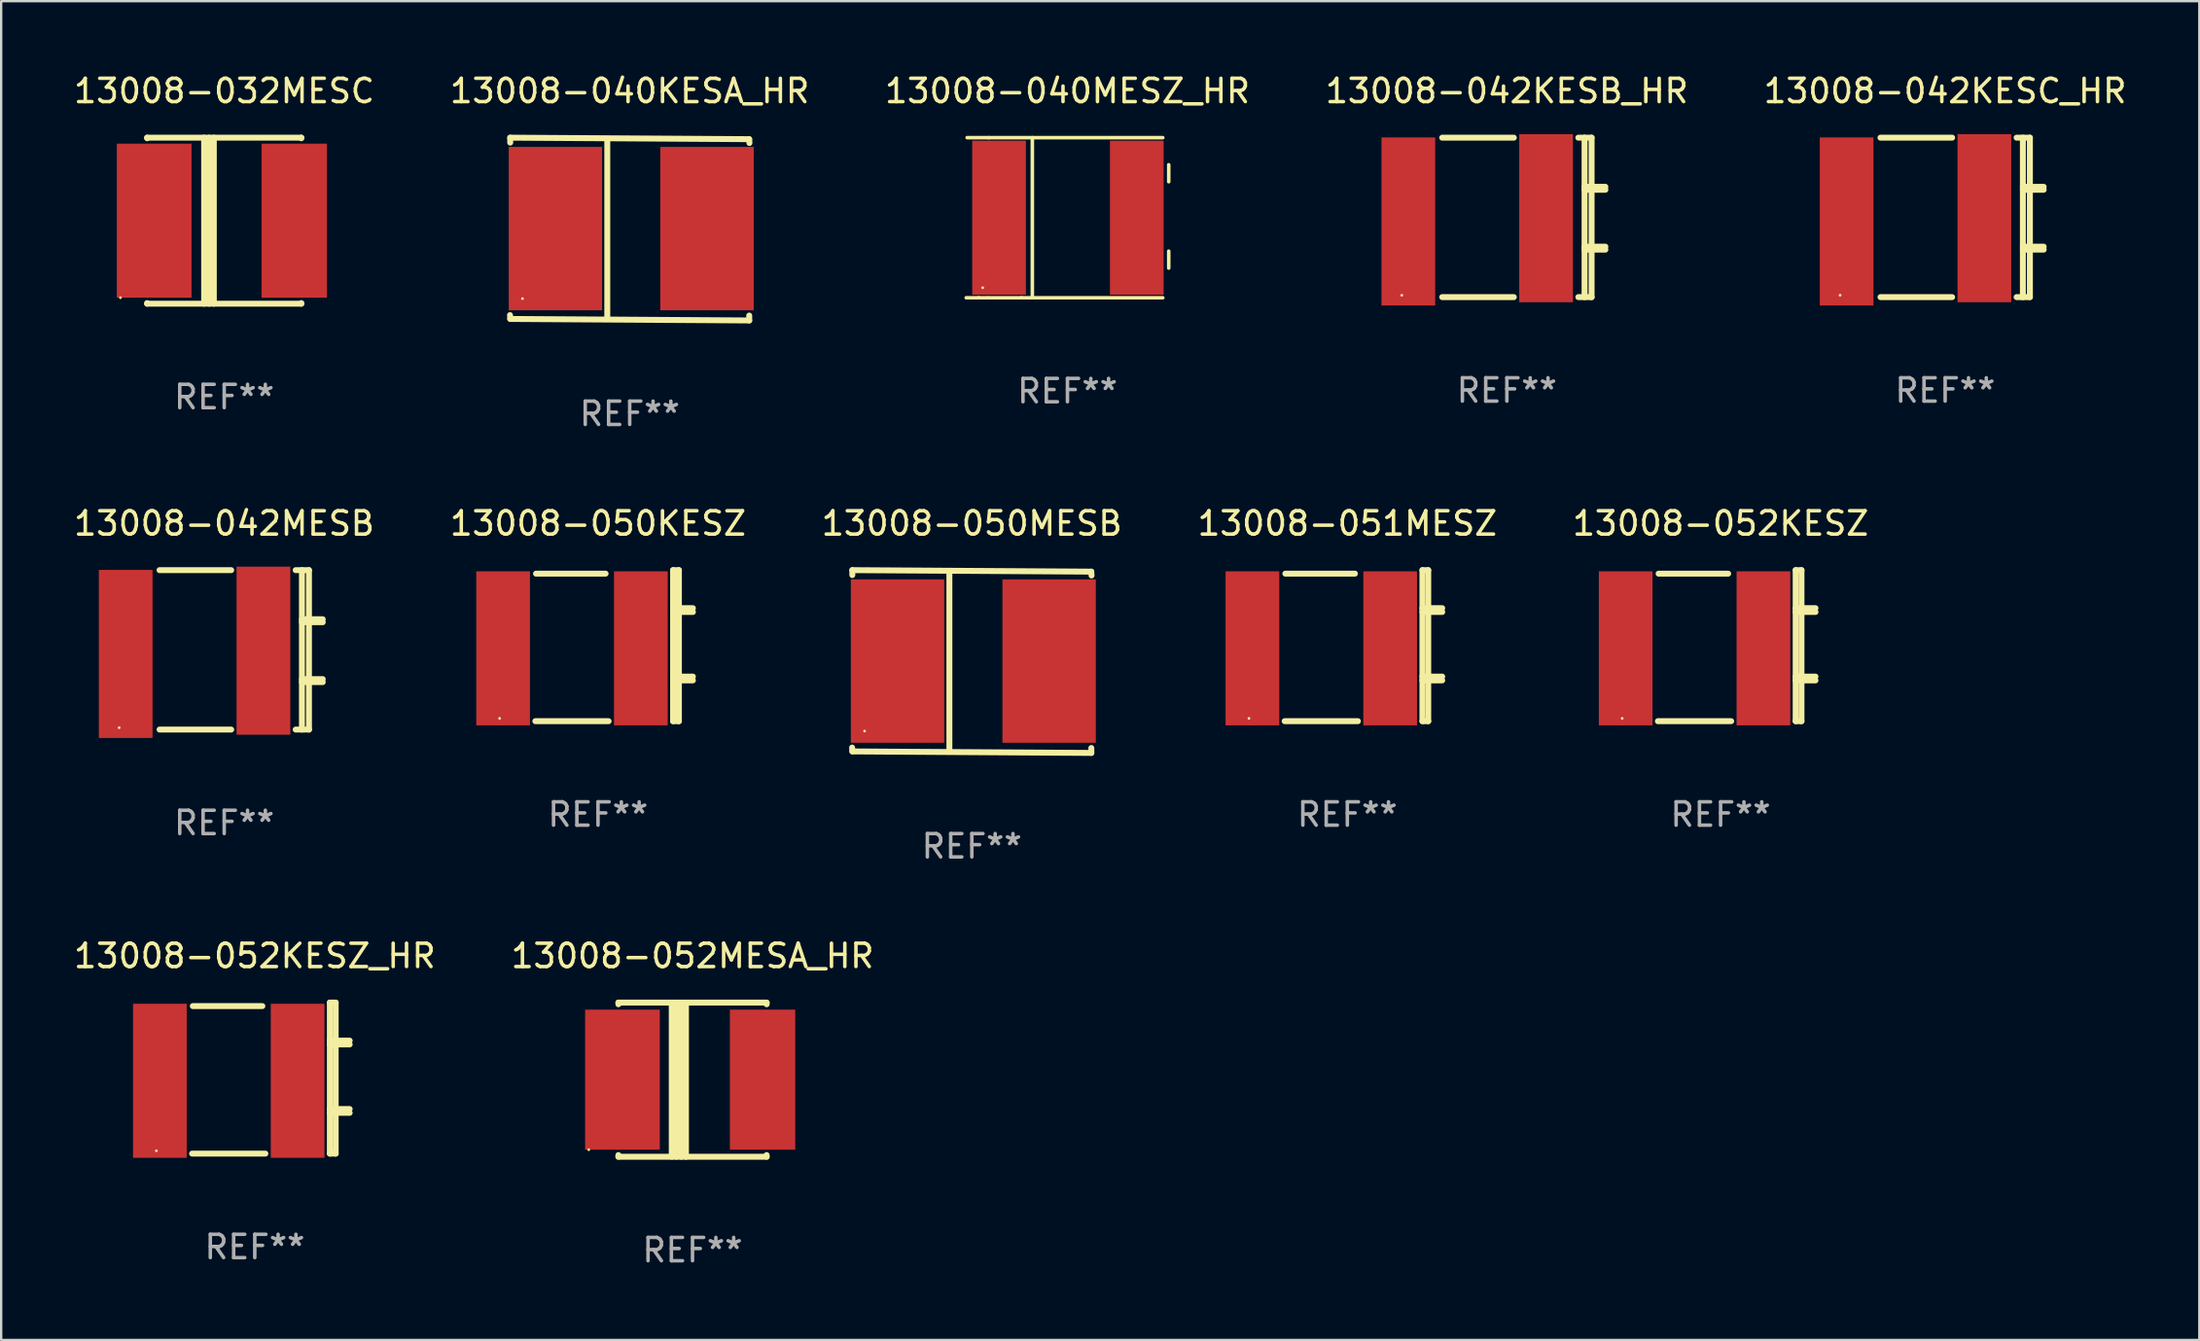
<source format=kicad_pcb>
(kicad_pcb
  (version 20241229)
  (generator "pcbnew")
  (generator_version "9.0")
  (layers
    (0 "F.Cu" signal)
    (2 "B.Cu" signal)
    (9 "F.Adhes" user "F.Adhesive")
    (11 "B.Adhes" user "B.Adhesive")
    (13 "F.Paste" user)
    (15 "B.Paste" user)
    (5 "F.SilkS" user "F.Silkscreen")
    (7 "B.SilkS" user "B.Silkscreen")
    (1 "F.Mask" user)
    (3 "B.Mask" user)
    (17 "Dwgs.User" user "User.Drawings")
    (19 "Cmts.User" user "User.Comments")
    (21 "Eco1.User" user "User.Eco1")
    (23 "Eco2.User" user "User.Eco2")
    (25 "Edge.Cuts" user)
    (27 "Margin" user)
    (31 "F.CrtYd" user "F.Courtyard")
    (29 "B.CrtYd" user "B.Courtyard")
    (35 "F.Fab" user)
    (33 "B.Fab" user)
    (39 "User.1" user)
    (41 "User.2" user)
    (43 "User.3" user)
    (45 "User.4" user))
  (footprint "13008-042KESB_HR"
    (layer "F.Cu")
    (at 61.494 6.263)
    (property "Reference" "13008-042KESB_HR" (at 0 -5.415 0) (layer "F.SilkS") (effects (font (size 1 1) (thickness 0.15))))
    (attr through_hole)
    (fp_line (start -2.77 -3.415) (end 0.299 -3.415) (stroke (width 0.254) (type solid)) (layer "F.SilkS"))
    (fp_line (start 0.299 3.415) (end -2.769 3.415) (stroke (width 0.254) (type solid)) (layer "F.SilkS"))
    (fp_line (start 3.061 -3.415) (end 3.63 -3.415) (stroke (width 0.254) (type solid)) (layer "F.SilkS"))
    (fp_line (start 3.329 -3.415) (end 3.329 3.415) (stroke (width 0.254) (type solid)) (layer "F.SilkS"))
    (fp_line (start 3.329 -1.311) (end 4.22 -1.311) (stroke (width 0.254) (type solid)) (layer "F.SilkS"))
    (fp_line (start 3.329 -1.184) (end 4.22 -1.184) (stroke (width 0.254) (type solid)) (layer "F.SilkS"))
    (fp_line (start 3.33 1.254) (end 4.22 1.254) (stroke (width 0.254) (type solid)) (layer "F.SilkS"))
    (fp_line (start 3.33 1.381) (end 4.22 1.381) (stroke (width 0.254) (type solid)) (layer "F.SilkS"))
    (fp_line (start 3.63 -3.415) (end 3.63 3.415) (stroke (width 0.254) (type solid)) (layer "F.SilkS"))
    (fp_line (start 3.63 3.415) (end 3.061 3.415) (stroke (width 0.254) (type solid)) (layer "F.SilkS"))
    (fp_circle (center -4.5 3.335) (end -4.47 3.335) (stroke (width 0.06) (type solid)) (fill no) (layer "F.SilkS"))
    (fp_text user "REF**" (at 0 7.415 0) (layer "F.Fab") (effects (font (size 1 1) (thickness 0.15))))
    (pad "1" smd rect (at -4.22 0.175) (size 2.3 7.2) (layers "F.Cu" "F.Mask" "F.Paste"))
    (pad "2" smd rect (at 1.68 0.035) (size 2.3 7.2) (layers "F.Cu" "F.Mask" "F.Paste")))
  (footprint "13008-052KESZ"
    (layer "F.Cu")
    (at 70.649 24.61)
    (property "Reference" "13008-052KESZ" (at 0 -5.235 0) (layer "F.SilkS") (effects (font (size 1 1) (thickness 0.15))))
    (attr through_hole)
    (fp_line (start -2.655 -3.085) (end 0.325 -3.085) (stroke (width 0.254) (type solid)) (layer "F.SilkS"))
    (fp_line (start 0.454 3.235) (end -2.685 3.235) (stroke (width 0.254) (type solid)) (layer "F.SilkS"))
    (fp_line (start 3.215 1.325) (end 4.064 1.325) (stroke (width 0.254) (type solid)) (layer "F.SilkS"))
    (fp_line (start 3.215 1.488) (end 4.064 1.488) (stroke (width 0.254) (type solid)) (layer "F.SilkS"))
    (fp_line (start 3.216 -3.235) (end 3.216 3.235) (stroke (width 0.254) (type solid)) (layer "F.SilkS"))
    (fp_line (start 3.216 -3.235) (end 3.465 -3.235) (stroke (width 0.254) (type solid)) (layer "F.SilkS"))
    (fp_line (start 3.216 -1.606) (end 4.065 -1.606) (stroke (width 0.254) (type solid)) (layer "F.SilkS"))
    (fp_line (start 3.216 -1.443) (end 4.065 -1.443) (stroke (width 0.254) (type solid)) (layer "F.SilkS"))
    (fp_line (start 3.465 -3.235) (end 3.465 3.235) (stroke (width 0.254) (type solid)) (layer "F.SilkS"))
    (fp_line (start 3.465 3.235) (end 3.216 3.235) (stroke (width 0.254) (type solid)) (layer "F.SilkS"))
    (fp_circle (center -4.215 3.115) (end -4.185 3.115) (stroke (width 0.06) (type solid)) (fill no) (layer "F.SilkS"))
    (fp_text user "REF**" (at 0 7.235 0) (layer "F.Fab") (effects (font (size 1 1) (thickness 0.15))))
    (pad "1" smd rect (at -4.065 0.115) (size 2.3 6.6) (layers "F.Cu" "F.Mask" "F.Paste"))
    (pad "2" smd rect (at 1.835 0.115) (size 2.3 6.6) (layers "F.Cu" "F.Mask" "F.Paste")))
  (footprint "13008-040MESZ_HR"
    (layer "F.Cu")
    (at 42.673 6.277)
    (property "Reference" "13008-040MESZ_HR" (at 0 -5.429 0) (layer "F.SilkS") (effects (font (size 1 1) (thickness 0.15))))
    (attr through_hole)
    (fp_line (start -3.805 3.429) (end -4.338 3.429) (stroke (width 0.152) (type solid)) (layer "F.SilkS"))
    (fp_line (start -3.409 3.429) (end -3.805 3.429) (stroke (width 0.152) (type solid)) (layer "F.SilkS"))
    (fp_line (start -3.368 -3.429) (end -4.298 -3.429) (stroke (width 0.152) (type solid)) (layer "F.SilkS"))
    (fp_line (start -1.966 3.429) (end -3.368 3.429) (stroke (width 0.152) (type solid)) (layer "F.SilkS"))
    (fp_line (start -1.504 -3.429) (end -1.504 3.429) (stroke (width 0.152) (type solid)) (layer "F.SilkS"))
    (fp_line (start 4.084 -3.429) (end -3.368 -3.429) (stroke (width 0.152) (type solid)) (layer "F.SilkS"))
    (fp_line (start 4.084 3.429) (end -1.966 3.429) (stroke (width 0.152) (type solid)) (layer "F.SilkS"))
    (fp_line (start 4.338 -2.269) (end 4.338 -1.542) (stroke (width 0.152) (type solid)) (layer "F.SilkS"))
    (fp_line (start 4.338 2.159) (end 4.338 1.432) (stroke (width 0.152) (type solid)) (layer "F.SilkS"))
    (fp_circle (center -3.63 3) (end -3.6 3) (stroke (width 0.06) (type solid)) (fill no) (layer "F.SilkS"))
    (fp_text user "REF**" (at 0 7.429 0) (layer "F.Fab") (effects (font (size 1 1) (thickness 0.15))))
    (pad "1" smd rect (at -2.93 -0.000013) (size 2.3 6.6) (layers "F.Cu" "F.Mask" "F.Paste"))
    (pad "2" smd rect (at 2.97 -0.000013) (size 2.3 6.6) (layers "F.Cu" "F.Mask" "F.Paste")))
  (footprint "13008-051MESZ"
    (layer "F.Cu")
    (at 54.661 24.61)
    (property "Reference" "13008-051MESZ" (at 0 -5.235 0) (layer "F.SilkS") (effects (font (size 1 1) (thickness 0.15))))
    (attr through_hole)
    (fp_line (start -2.655 -3.085) (end 0.325 -3.085) (stroke (width 0.254) (type solid)) (layer "F.SilkS"))
    (fp_line (start 0.454 3.235) (end -2.685 3.235) (stroke (width 0.254) (type solid)) (layer "F.SilkS"))
    (fp_line (start 3.215 1.325) (end 4.064 1.325) (stroke (width 0.254) (type solid)) (layer "F.SilkS"))
    (fp_line (start 3.215 1.488) (end 4.064 1.488) (stroke (width 0.254) (type solid)) (layer "F.SilkS"))
    (fp_line (start 3.216 -3.235) (end 3.216 3.235) (stroke (width 0.254) (type solid)) (layer "F.SilkS"))
    (fp_line (start 3.216 -3.235) (end 3.465 -3.235) (stroke (width 0.254) (type solid)) (layer "F.SilkS"))
    (fp_line (start 3.216 -1.606) (end 4.065 -1.606) (stroke (width 0.254) (type solid)) (layer "F.SilkS"))
    (fp_line (start 3.216 -1.443) (end 4.065 -1.443) (stroke (width 0.254) (type solid)) (layer "F.SilkS"))
    (fp_line (start 3.465 -3.235) (end 3.465 3.235) (stroke (width 0.254) (type solid)) (layer "F.SilkS"))
    (fp_line (start 3.465 3.235) (end 3.216 3.235) (stroke (width 0.254) (type solid)) (layer "F.SilkS"))
    (fp_circle (center -4.215 3.115) (end -4.185 3.115) (stroke (width 0.06) (type solid)) (fill no) (layer "F.SilkS"))
    (fp_text user "REF**" (at 0 7.235 0) (layer "F.Fab") (effects (font (size 1 1) (thickness 0.15))))
    (pad "1" smd rect (at -4.065 0.115) (size 2.3 6.6) (layers "F.Cu" "F.Mask" "F.Paste"))
    (pad "2" smd rect (at 1.835 0.115) (size 2.3 6.6) (layers "F.Cu" "F.Mask" "F.Paste")))
  (footprint "13008-050MESB"
    (layer "F.Cu")
    (at 38.577 25.29)
    (property "Reference" "13008-050MESB" (at 0 -5.915 0) (layer "F.SilkS") (effects (font (size 1 1) (thickness 0.15))))
    (attr through_hole)
    (fp_line (start -5.119 -3.915) (end 5.117 -3.851) (stroke (width 0.254) (type solid)) (layer "F.SilkS"))
    (fp_line (start -5.119 -3.704) (end -5.119 -3.915) (stroke (width 0.254) (type solid)) (layer "F.SilkS"))
    (fp_line (start -5.117 3.851) (end -5.128 3.686) (stroke (width 0.254) (type solid)) (layer "F.SilkS"))
    (fp_line (start -0.961 -3.801) (end -0.961 3.824) (stroke (width 0.254) (type solid)) (layer "F.SilkS"))
    (fp_line (start 5.117 -3.851) (end 5.128 -3.686) (stroke (width 0.254) (type solid)) (layer "F.SilkS"))
    (fp_line (start 5.119 3.704) (end 5.119 3.915) (stroke (width 0.254) (type solid)) (layer "F.SilkS"))
    (fp_line (start 5.119 3.915) (end -5.117 3.851) (stroke (width 0.254) (type solid)) (layer "F.SilkS"))
    (fp_circle (center -4.594 2.98) (end -4.564 2.98) (stroke (width 0.06) (type solid)) (fill no) (layer "F.SilkS"))
    (fp_text user "REF**" (at 0 7.915 0) (layer "F.Fab") (effects (font (size 1 1) (thickness 0.15))))
    (pad "1" smd rect (at -3.182 -0.02) (size 4 7) (layers "F.Cu" "F.Mask" "F.Paste"))
    (pad "2" smd rect (at 3.311 -0.02) (size 4 7) (layers "F.Cu" "F.Mask" "F.Paste")))
  (footprint "13008-052KESZ_HR"
    (layer "F.Cu")
    (at 7.863 43.136)
    (property "Reference" "13008-052KESZ_HR" (at 0 -5.235 0) (layer "F.SilkS") (effects (font (size 1 1) (thickness 0.15))))
    (attr through_hole)
    (fp_line (start -2.655 -3.085) (end 0.325 -3.085) (stroke (width 0.254) (type solid)) (layer "F.SilkS"))
    (fp_line (start 0.454 3.235) (end -2.685 3.235) (stroke (width 0.254) (type solid)) (layer "F.SilkS"))
    (fp_line (start 3.215 1.325) (end 4.064 1.325) (stroke (width 0.254) (type solid)) (layer "F.SilkS"))
    (fp_line (start 3.215 1.488) (end 4.064 1.488) (stroke (width 0.254) (type solid)) (layer "F.SilkS"))
    (fp_line (start 3.216 -3.235) (end 3.216 3.235) (stroke (width 0.254) (type solid)) (layer "F.SilkS"))
    (fp_line (start 3.216 -3.235) (end 3.465 -3.235) (stroke (width 0.254) (type solid)) (layer "F.SilkS"))
    (fp_line (start 3.216 -1.606) (end 4.065 -1.606) (stroke (width 0.254) (type solid)) (layer "F.SilkS"))
    (fp_line (start 3.216 -1.443) (end 4.065 -1.443) (stroke (width 0.254) (type solid)) (layer "F.SilkS"))
    (fp_line (start 3.465 -3.235) (end 3.465 3.235) (stroke (width 0.254) (type solid)) (layer "F.SilkS"))
    (fp_line (start 3.465 3.235) (end 3.216 3.235) (stroke (width 0.254) (type solid)) (layer "F.SilkS"))
    (fp_circle (center -4.215 3.115) (end -4.185 3.115) (stroke (width 0.06) (type solid)) (fill no) (layer "F.SilkS"))
    (fp_text user "REF**" (at 0 7.235 0) (layer "F.Fab") (effects (font (size 1 1) (thickness 0.15))))
    (pad "1" smd rect (at -4.065 0.115) (size 2.3 6.6) (layers "F.Cu" "F.Mask" "F.Paste"))
    (pad "2" smd rect (at 1.835 0.115) (size 2.3 6.6) (layers "F.Cu" "F.Mask" "F.Paste")))
  (footprint "13008-042MESB"
    (layer "F.Cu")
    (at 6.554 24.79)
    (property "Reference" "13008-042MESB" (at 0 -5.415 0) (layer "F.SilkS") (effects (font (size 1 1) (thickness 0.15))))
    (attr through_hole)
    (fp_line (start -2.77 -3.415) (end 0.299 -3.415) (stroke (width 0.254) (type solid)) (layer "F.SilkS"))
    (fp_line (start 0.299 3.415) (end -2.769 3.415) (stroke (width 0.254) (type solid)) (layer "F.SilkS"))
    (fp_line (start 3.061 -3.415) (end 3.63 -3.415) (stroke (width 0.254) (type solid)) (layer "F.SilkS"))
    (fp_line (start 3.329 -3.415) (end 3.329 3.415) (stroke (width 0.254) (type solid)) (layer "F.SilkS"))
    (fp_line (start 3.329 -1.311) (end 4.22 -1.311) (stroke (width 0.254) (type solid)) (layer "F.SilkS"))
    (fp_line (start 3.329 -1.184) (end 4.22 -1.184) (stroke (width 0.254) (type solid)) (layer "F.SilkS"))
    (fp_line (start 3.33 1.254) (end 4.22 1.254) (stroke (width 0.254) (type solid)) (layer "F.SilkS"))
    (fp_line (start 3.33 1.381) (end 4.22 1.381) (stroke (width 0.254) (type solid)) (layer "F.SilkS"))
    (fp_line (start 3.63 -3.415) (end 3.63 3.415) (stroke (width 0.254) (type solid)) (layer "F.SilkS"))
    (fp_line (start 3.63 3.415) (end 3.061 3.415) (stroke (width 0.254) (type solid)) (layer "F.SilkS"))
    (fp_circle (center -4.5 3.335) (end -4.47 3.335) (stroke (width 0.06) (type solid)) (fill no) (layer "F.SilkS"))
    (fp_text user "REF**" (at 0 7.415 0) (layer "F.Fab") (effects (font (size 1 1) (thickness 0.15))))
    (pad "1" smd rect (at -4.22 0.175) (size 2.3 7.2) (layers "F.Cu" "F.Mask" "F.Paste"))
    (pad "2" smd rect (at 1.68 0.035) (size 2.3 7.2) (layers "F.Cu" "F.Mask" "F.Paste")))
  (footprint "13008-052MESA_HR"
    (layer "F.Cu")
    (at 26.613 43.203)
    (property "Reference" "13008-052MESA_HR" (at 0 -5.302 0) (layer "F.SilkS") (effects (font (size 1 1) (thickness 0.15))))
    (attr through_hole)
    (fp_line (start -3.175 -3.231) (end -3.175 -3.302) (stroke (width 0.254) (type solid)) (layer "F.SilkS"))
    (fp_line (start -3.175 3.302) (end -3.175 3.231) (stroke (width 0.254) (type solid)) (layer "F.SilkS"))
    (fp_line (start -3.175 3.302) (end 3.175 3.302) (stroke (width 0.254) (type solid)) (layer "F.SilkS"))
    (fp_line (start -0.889 -3.175) (end -0.889 3.302) (stroke (width 0.254) (type solid)) (layer "F.SilkS"))
    (fp_line (start -0.688 -3.175) (end -0.688 3.302) (stroke (width 0.254) (type solid)) (layer "F.SilkS"))
    (fp_line (start -0.478 -3.175) (end -0.478 3.302) (stroke (width 0.254) (type solid)) (layer "F.SilkS"))
    (fp_line (start -0.281 -3.175) (end -0.281 3.302) (stroke (width 0.254) (type solid)) (layer "F.SilkS"))
    (fp_line (start 3.175 -3.302) (end -3.175 -3.302) (stroke (width 0.254) (type solid)) (layer "F.SilkS"))
    (fp_line (start 3.175 -3.302) (end 3.175 -3.231) (stroke (width 0.254) (type solid)) (layer "F.SilkS"))
    (fp_line (start 3.175 3.231) (end 3.175 3.302) (stroke (width 0.254) (type solid)) (layer "F.SilkS"))
    (fp_circle (center -4.445 3) (end -4.415 3) (stroke (width 0.06) (type solid)) (fill no) (layer "F.SilkS"))
    (fp_text user "REF**" (at 0 7.302 0) (layer "F.Fab") (effects (font (size 1 1) (thickness 0.15))))
    (pad "1" smd rect (at -3 0) (size 3.2 6) (layers "F.Cu" "F.Mask" "F.Paste"))
    (pad "2" smd rect (at 3 0) (size 2.8 6) (layers "F.Cu" "F.Mask" "F.Paste")))
  (footprint "13008-050KESZ"
    (layer "F.Cu")
    (at 22.565 24.61)
    (property "Reference" "13008-050KESZ" (at 0 -5.235 0) (layer "F.SilkS") (effects (font (size 1 1) (thickness 0.15))))
    (attr through_hole)
    (fp_line (start -2.655 -3.085) (end 0.325 -3.085) (stroke (width 0.254) (type solid)) (layer "F.SilkS"))
    (fp_line (start 0.454 3.235) (end -2.685 3.235) (stroke (width 0.254) (type solid)) (layer "F.SilkS"))
    (fp_line (start 3.215 1.325) (end 4.064 1.325) (stroke (width 0.254) (type solid)) (layer "F.SilkS"))
    (fp_line (start 3.215 1.488) (end 4.064 1.488) (stroke (width 0.254) (type solid)) (layer "F.SilkS"))
    (fp_line (start 3.216 -3.235) (end 3.216 3.235) (stroke (width 0.254) (type solid)) (layer "F.SilkS"))
    (fp_line (start 3.216 -3.235) (end 3.465 -3.235) (stroke (width 0.254) (type solid)) (layer "F.SilkS"))
    (fp_line (start 3.216 -1.606) (end 4.065 -1.606) (stroke (width 0.254) (type solid)) (layer "F.SilkS"))
    (fp_line (start 3.216 -1.443) (end 4.065 -1.443) (stroke (width 0.254) (type solid)) (layer "F.SilkS"))
    (fp_line (start 3.465 -3.235) (end 3.465 3.235) (stroke (width 0.254) (type solid)) (layer "F.SilkS"))
    (fp_line (start 3.465 3.235) (end 3.216 3.235) (stroke (width 0.254) (type solid)) (layer "F.SilkS"))
    (fp_circle (center -4.215 3.115) (end -4.185 3.115) (stroke (width 0.06) (type solid)) (fill no) (layer "F.SilkS"))
    (fp_text user "REF**" (at 0 7.235 0) (layer "F.Fab") (effects (font (size 1 1) (thickness 0.15))))
    (pad "1" smd rect (at -4.065 0.115) (size 2.3 6.6) (layers "F.Cu" "F.Mask" "F.Paste"))
    (pad "2" smd rect (at 1.835 0.115) (size 2.3 6.6) (layers "F.Cu" "F.Mask" "F.Paste")))
  (footprint "13008-042KESC_HR"
    (layer "F.Cu")
    (at 80.268 6.263)
    (property "Reference" "13008-042KESC_HR" (at 0 -5.415 0) (layer "F.SilkS") (effects (font (size 1 1) (thickness 0.15))))
    (attr through_hole)
    (fp_line (start -2.77 -3.415) (end 0.299 -3.415) (stroke (width 0.254) (type solid)) (layer "F.SilkS"))
    (fp_line (start 0.299 3.415) (end -2.769 3.415) (stroke (width 0.254) (type solid)) (layer "F.SilkS"))
    (fp_line (start 3.061 -3.415) (end 3.63 -3.415) (stroke (width 0.254) (type solid)) (layer "F.SilkS"))
    (fp_line (start 3.329 -3.415) (end 3.329 3.415) (stroke (width 0.254) (type solid)) (layer "F.SilkS"))
    (fp_line (start 3.329 -1.311) (end 4.22 -1.311) (stroke (width 0.254) (type solid)) (layer "F.SilkS"))
    (fp_line (start 3.329 -1.184) (end 4.22 -1.184) (stroke (width 0.254) (type solid)) (layer "F.SilkS"))
    (fp_line (start 3.33 1.254) (end 4.22 1.254) (stroke (width 0.254) (type solid)) (layer "F.SilkS"))
    (fp_line (start 3.33 1.381) (end 4.22 1.381) (stroke (width 0.254) (type solid)) (layer "F.SilkS"))
    (fp_line (start 3.63 -3.415) (end 3.63 3.415) (stroke (width 0.254) (type solid)) (layer "F.SilkS"))
    (fp_line (start 3.63 3.415) (end 3.061 3.415) (stroke (width 0.254) (type solid)) (layer "F.SilkS"))
    (fp_circle (center -4.5 3.335) (end -4.47 3.335) (stroke (width 0.06) (type solid)) (fill no) (layer "F.SilkS"))
    (fp_text user "REF**" (at 0 7.415 0) (layer "F.Fab") (effects (font (size 1 1) (thickness 0.15))))
    (pad "1" smd rect (at -4.22 0.175) (size 2.3 7.2) (layers "F.Cu" "F.Mask" "F.Paste"))
    (pad "2" smd rect (at 1.68 0.035) (size 2.3 7.2) (layers "F.Cu" "F.Mask" "F.Paste")))
  (footprint "13008-040KESA_HR"
    (layer "F.Cu")
    (at 23.923 6.763)
    (property "Reference" "13008-040KESA_HR" (at 0 -5.915 0) (layer "F.SilkS") (effects (font (size 1 1) (thickness 0.15))))
    (attr through_hole)
    (fp_line (start -5.119 -3.915) (end 5.117 -3.851) (stroke (width 0.254) (type solid)) (layer "F.SilkS"))
    (fp_line (start -5.119 -3.704) (end -5.119 -3.915) (stroke (width 0.254) (type solid)) (layer "F.SilkS"))
    (fp_line (start -5.117 3.851) (end -5.128 3.686) (stroke (width 0.254) (type solid)) (layer "F.SilkS"))
    (fp_line (start -0.961 -3.801) (end -0.961 3.824) (stroke (width 0.254) (type solid)) (layer "F.SilkS"))
    (fp_line (start 5.117 -3.851) (end 5.128 -3.686) (stroke (width 0.254) (type solid)) (layer "F.SilkS"))
    (fp_line (start 5.119 3.704) (end 5.119 3.915) (stroke (width 0.254) (type solid)) (layer "F.SilkS"))
    (fp_line (start 5.119 3.915) (end -5.117 3.851) (stroke (width 0.254) (type solid)) (layer "F.SilkS"))
    (fp_circle (center -4.594 2.98) (end -4.564 2.98) (stroke (width 0.06) (type solid)) (fill no) (layer "F.SilkS"))
    (fp_text user "REF**" (at 0 7.915 0) (layer "F.Fab") (effects (font (size 1 1) (thickness 0.15))))
    (pad "1" smd rect (at -3.182 -0.02) (size 4 7) (layers "F.Cu" "F.Mask" "F.Paste"))
    (pad "2" smd rect (at 3.311 -0.02) (size 4 7) (layers "F.Cu" "F.Mask" "F.Paste")))
  (footprint "13008-032MESC"
    (layer "F.Cu")
    (at 6.554 6.404)
    (property "Reference" "13008-032MESC" (at 0 -5.556 0) (layer "F.SilkS") (effects (font (size 1 1) (thickness 0.15))))
    (attr through_hole)
    (fp_line (start -3.302 -3.556) (end 3.302 -3.556) (stroke (width 0.254) (type solid)) (layer "F.SilkS"))
    (fp_line (start -3.302 -3.531) (end -3.302 -3.556) (stroke (width 0.254) (type solid)) (layer "F.SilkS"))
    (fp_line (start -3.302 3.556) (end -3.302 3.531) (stroke (width 0.254) (type solid)) (layer "F.SilkS"))
    (fp_line (start -0.86 -3.556) (end -0.86 3.556) (stroke (width 0.254) (type solid)) (layer "F.SilkS"))
    (fp_line (start -0.646 3.556) (end -0.646 -3.556) (stroke (width 0.254) (type solid)) (layer "F.SilkS"))
    (fp_line (start -0.445 -3.556) (end -0.445 3.556) (stroke (width 0.254) (type solid)) (layer "F.SilkS"))
    (fp_line (start 3.302 -3.556) (end 3.302 -3.531) (stroke (width 0.254) (type solid)) (layer "F.SilkS"))
    (fp_line (start 3.302 3.531) (end 3.302 3.556) (stroke (width 0.254) (type solid)) (layer "F.SilkS"))
    (fp_line (start 3.302 3.556) (end -3.302 3.556) (stroke (width 0.254) (type solid)) (layer "F.SilkS"))
    (fp_circle (center -4.445 3.3) (end -4.415 3.3) (stroke (width 0.06) (type solid)) (fill no) (layer "F.SilkS"))
    (fp_text user "REF**" (at 0 7.556 0) (layer "F.Fab") (effects (font (size 1 1) (thickness 0.15))))
    (pad "1" smd rect (at -3 0) (size 3.2 6.6) (layers "F.Cu" "F.Mask" "F.Paste"))
    (pad "2" smd rect (at 3 0) (size 2.8 6.6) (layers "F.Cu" "F.Mask" "F.Paste")))
  (gr_rect
    (start -3 -3)
    (end 91.155 54.353)
    (stroke (width 0.1) (type default))
    (fill no)
    (layer "Edge.Cuts")))
</source>
